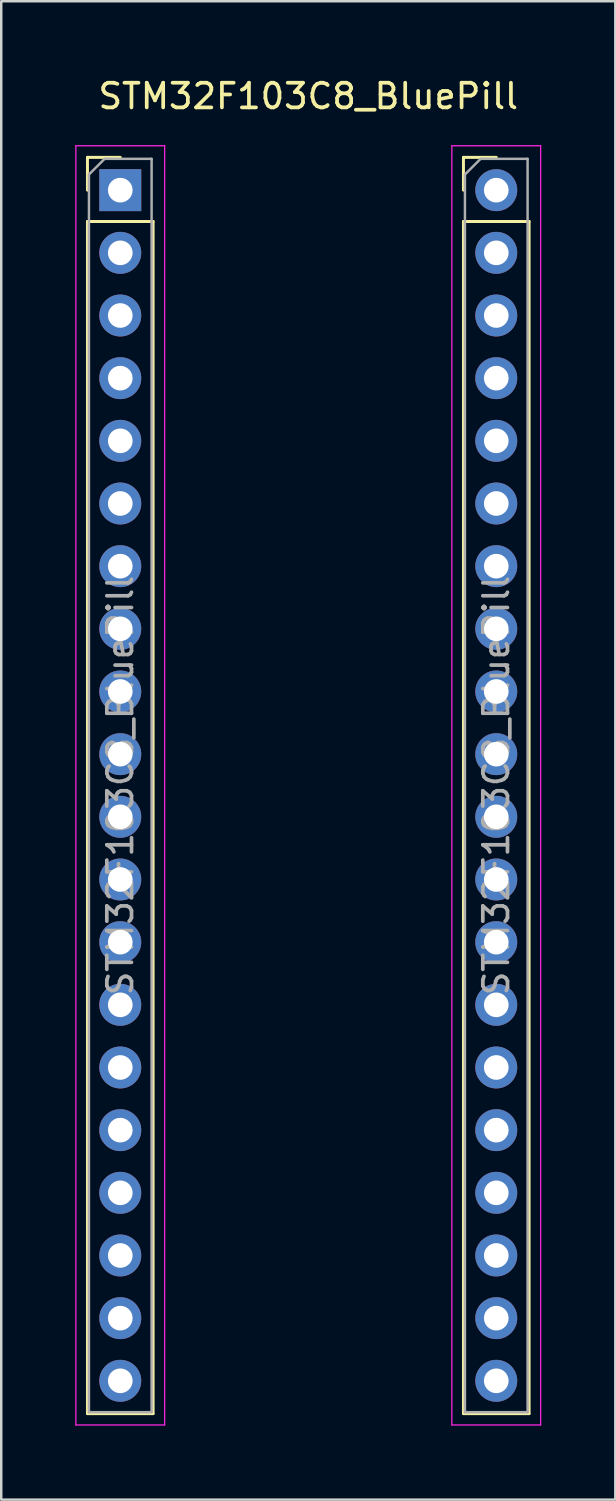
<source format=kicad_pcb>
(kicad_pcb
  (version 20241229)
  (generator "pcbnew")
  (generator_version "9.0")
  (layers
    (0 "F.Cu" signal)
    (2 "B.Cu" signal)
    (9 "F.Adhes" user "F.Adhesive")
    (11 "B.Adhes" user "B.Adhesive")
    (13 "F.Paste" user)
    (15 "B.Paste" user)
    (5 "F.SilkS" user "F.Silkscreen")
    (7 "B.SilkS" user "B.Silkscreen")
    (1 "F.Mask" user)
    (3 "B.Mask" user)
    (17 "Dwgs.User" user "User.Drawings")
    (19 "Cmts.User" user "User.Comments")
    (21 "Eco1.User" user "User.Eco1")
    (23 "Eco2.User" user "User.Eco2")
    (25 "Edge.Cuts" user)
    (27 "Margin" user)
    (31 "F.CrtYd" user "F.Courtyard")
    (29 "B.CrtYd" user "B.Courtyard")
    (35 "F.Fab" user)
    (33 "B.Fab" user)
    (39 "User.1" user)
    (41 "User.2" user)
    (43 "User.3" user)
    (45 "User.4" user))
  (footprint "STM32F103C8_BluePill"
    (layer "F.Cu")
    (at 1.825 4.658)
    (property "Reference" "STM32F103C8_BluePill" (at 7.62 -3.81 0) (layer "F.SilkS") (effects (font (size 1 1) (thickness 0.15))))
    (attr through_hole)
    (fp_line (start -1.33 -1.33) (end 0 -1.33) (stroke (width 0.12) (type solid)) (layer "F.SilkS"))
    (fp_line (start -1.33 0) (end -1.33 -1.33) (stroke (width 0.12) (type solid)) (layer "F.SilkS"))
    (fp_line (start -1.33 1.27) (end -1.33 49.59) (stroke (width 0.12) (type solid)) (layer "F.SilkS"))
    (fp_line (start -1.33 1.27) (end 1.33 1.27) (stroke (width 0.12) (type solid)) (layer "F.SilkS"))
    (fp_line (start -1.33 49.59) (end 1.33 49.59) (stroke (width 0.12) (type solid)) (layer "F.SilkS"))
    (fp_line (start 1.33 1.27) (end 1.33 49.59) (stroke (width 0.12) (type solid)) (layer "F.SilkS"))
    (fp_line (start 13.91 -1.33) (end 15.24 -1.33) (stroke (width 0.12) (type solid)) (layer "F.SilkS"))
    (fp_line (start 13.91 0) (end 13.91 -1.33) (stroke (width 0.12) (type solid)) (layer "F.SilkS"))
    (fp_line (start 13.91 1.27) (end 13.91 49.59) (stroke (width 0.12) (type solid)) (layer "F.SilkS"))
    (fp_line (start 13.91 1.27) (end 16.57 1.27) (stroke (width 0.12) (type solid)) (layer "F.SilkS"))
    (fp_line (start 13.91 49.59) (end 16.57 49.59) (stroke (width 0.12) (type solid)) (layer "F.SilkS"))
    (fp_line (start 16.57 1.27) (end 16.57 49.59) (stroke (width 0.12) (type solid)) (layer "F.SilkS"))
    (fp_line (start -1.8 -1.8) (end -1.8 50.05) (stroke (width 0.05) (type solid)) (layer "F.CrtYd"))
    (fp_line (start -1.8 50.05) (end 1.8 50.05) (stroke (width 0.05) (type solid)) (layer "F.CrtYd"))
    (fp_line (start 1.8 -1.8) (end -1.8 -1.8) (stroke (width 0.05) (type solid)) (layer "F.CrtYd"))
    (fp_line (start 1.8 50.05) (end 1.8 -1.8) (stroke (width 0.05) (type solid)) (layer "F.CrtYd"))
    (fp_line (start 13.44 -1.8) (end 13.44 50.05) (stroke (width 0.05) (type solid)) (layer "F.CrtYd"))
    (fp_line (start 13.44 50.05) (end 17.04 50.05) (stroke (width 0.05) (type solid)) (layer "F.CrtYd"))
    (fp_line (start 17.04 -1.8) (end 13.44 -1.8) (stroke (width 0.05) (type solid)) (layer "F.CrtYd"))
    (fp_line (start 17.04 50.05) (end 17.04 -1.8) (stroke (width 0.05) (type solid)) (layer "F.CrtYd"))
    (fp_line (start -1.27 -0.635) (end -0.635 -1.27) (stroke (width 0.1) (type solid)) (layer "F.Fab"))
    (fp_line (start -1.27 49.53) (end -1.27 -0.635) (stroke (width 0.1) (type solid)) (layer "F.Fab"))
    (fp_line (start -0.635 -1.27) (end 1.27 -1.27) (stroke (width 0.1) (type solid)) (layer "F.Fab"))
    (fp_line (start 1.27 -1.27) (end 1.27 49.53) (stroke (width 0.1) (type solid)) (layer "F.Fab"))
    (fp_line (start 1.27 49.53) (end -1.27 49.53) (stroke (width 0.1) (type solid)) (layer "F.Fab"))
    (fp_line (start 13.97 -0.635) (end 14.605 -1.27) (stroke (width 0.1) (type solid)) (layer "F.Fab"))
    (fp_line (start 13.97 49.53) (end 13.97 -0.635) (stroke (width 0.1) (type solid)) (layer "F.Fab"))
    (fp_line (start 13.97 49.53) (end 16.51 49.53) (stroke (width 0.1) (type solid)) (layer "F.Fab"))
    (fp_line (start 14.605 -1.27) (end 16.51 -1.27) (stroke (width 0.1) (type solid)) (layer "F.Fab"))
    (fp_line (start 16.51 -1.27) (end 16.51 49.53) (stroke (width 0.1) (type solid)) (layer "F.Fab"))
    (fp_text user "${REFERENCE}" (at 15.24 24.13 90) (layer "F.Fab") (effects (font (size 1 1) (thickness 0.15))))
    (fp_text user "${REFERENCE}" (at 0 24.13 90) (layer "F.Fab") (effects (font (size 1 1) (thickness 0.15))))
    (pad "1" thru_hole rect (at 0 0) (size 1.7 1.7) (drill 1) (layers "*.Cu" "*.Mask"))
    (pad "2" thru_hole oval (at 0 2.54) (size 1.7 1.7) (drill 1) (layers "*.Cu" "*.Mask"))
    (pad "3" thru_hole oval (at 0 5.08) (size 1.7 1.7) (drill 1) (layers "*.Cu" "*.Mask"))
    (pad "4" thru_hole oval (at 0 7.62) (size 1.7 1.7) (drill 1) (layers "*.Cu" "*.Mask"))
    (pad "5" thru_hole oval (at 0 10.16) (size 1.7 1.7) (drill 1) (layers "*.Cu" "*.Mask"))
    (pad "6" thru_hole oval (at 0 12.7) (size 1.7 1.7) (drill 1) (layers "*.Cu" "*.Mask"))
    (pad "7" thru_hole oval (at 0 15.24) (size 1.7 1.7) (drill 1) (layers "*.Cu" "*.Mask"))
    (pad "8" thru_hole oval (at 0 17.78) (size 1.7 1.7) (drill 1) (layers "*.Cu" "*.Mask"))
    (pad "9" thru_hole oval (at 0 20.32) (size 1.7 1.7) (drill 1) (layers "*.Cu" "*.Mask"))
    (pad "10" thru_hole oval (at 0 22.86) (size 1.7 1.7) (drill 1) (layers "*.Cu" "*.Mask"))
    (pad "11" thru_hole oval (at 0 25.4) (size 1.7 1.7) (drill 1) (layers "*.Cu" "*.Mask"))
    (pad "12" thru_hole oval (at 0 27.94) (size 1.7 1.7) (drill 1) (layers "*.Cu" "*.Mask"))
    (pad "13" thru_hole oval (at 0 30.48) (size 1.7 1.7) (drill 1) (layers "*.Cu" "*.Mask"))
    (pad "14" thru_hole oval (at 0 33.02) (size 1.7 1.7) (drill 1) (layers "*.Cu" "*.Mask"))
    (pad "15" thru_hole oval (at 0 35.56) (size 1.7 1.7) (drill 1) (layers "*.Cu" "*.Mask"))
    (pad "16" thru_hole oval (at 0 38.1) (size 1.7 1.7) (drill 1) (layers "*.Cu" "*.Mask"))
    (pad "17" thru_hole oval (at 0 40.64) (size 1.7 1.7) (drill 1) (layers "*.Cu" "*.Mask"))
    (pad "18" thru_hole oval (at 0 43.18) (size 1.7 1.7) (drill 1) (layers "*.Cu" "*.Mask"))
    (pad "19" thru_hole oval (at 0 45.72) (size 1.7 1.7) (drill 1) (layers "*.Cu" "*.Mask"))
    (pad "20" thru_hole oval (at 0 48.26) (size 1.7 1.7) (drill 1) (layers "*.Cu" "*.Mask"))
    (pad "21" thru_hole oval (at 15.24 48.26) (size 1.7 1.7) (drill 1) (layers "*.Cu" "*.Mask"))
    (pad "22" thru_hole oval (at 15.24 45.72) (size 1.7 1.7) (drill 1) (layers "*.Cu" "*.Mask"))
    (pad "23" thru_hole oval (at 15.24 43.18) (size 1.7 1.7) (drill 1) (layers "*.Cu" "*.Mask"))
    (pad "24" thru_hole oval (at 15.24 40.64) (size 1.7 1.7) (drill 1) (layers "*.Cu" "*.Mask"))
    (pad "25" thru_hole oval (at 15.24 38.1) (size 1.7 1.7) (drill 1) (layers "*.Cu" "*.Mask"))
    (pad "26" thru_hole oval (at 15.24 35.56) (size 1.7 1.7) (drill 1) (layers "*.Cu" "*.Mask"))
    (pad "27" thru_hole oval (at 15.24 33.02) (size 1.7 1.7) (drill 1) (layers "*.Cu" "*.Mask"))
    (pad "28" thru_hole oval (at 15.24 30.48) (size 1.7 1.7) (drill 1) (layers "*.Cu" "*.Mask"))
    (pad "29" thru_hole oval (at 15.24 27.94) (size 1.7 1.7) (drill 1) (layers "*.Cu" "*.Mask"))
    (pad "30" thru_hole oval (at 15.24 25.4) (size 1.7 1.7) (drill 1) (layers "*.Cu" "*.Mask"))
    (pad "31" thru_hole oval (at 15.24 22.86) (size 1.7 1.7) (drill 1) (layers "*.Cu" "*.Mask"))
    (pad "32" thru_hole oval (at 15.24 20.32) (size 1.7 1.7) (drill 1) (layers "*.Cu" "*.Mask"))
    (pad "33" thru_hole oval (at 15.24 17.78) (size 1.7 1.7) (drill 1) (layers "*.Cu" "*.Mask"))
    (pad "34" thru_hole oval (at 15.24 15.24) (size 1.7 1.7) (drill 1) (layers "*.Cu" "*.Mask"))
    (pad "35" thru_hole oval (at 15.24 12.7) (size 1.7 1.7) (drill 1) (layers "*.Cu" "*.Mask"))
    (pad "36" thru_hole oval (at 15.24 10.16) (size 1.7 1.7) (drill 1) (layers "*.Cu" "*.Mask"))
    (pad "37" thru_hole oval (at 15.24 7.62) (size 1.7 1.7) (drill 1) (layers "*.Cu" "*.Mask"))
    (pad "38" thru_hole oval (at 15.24 5.08) (size 1.7 1.7) (drill 1) (layers "*.Cu" "*.Mask"))
    (pad "39" thru_hole oval (at 15.24 2.54) (size 1.7 1.7) (drill 1) (layers "*.Cu" "*.Mask"))
    (pad "40" thru_hole circle (at 15.24 0) (size 1.7 1.7) (drill 1) (layers "*.Cu" "*.Mask")))
  (gr_rect
    (start -3 -3)
    (end 21.89 57.733)
    (stroke (width 0.1) (type default))
    (fill no)
    (layer "Edge.Cuts")))
</source>
